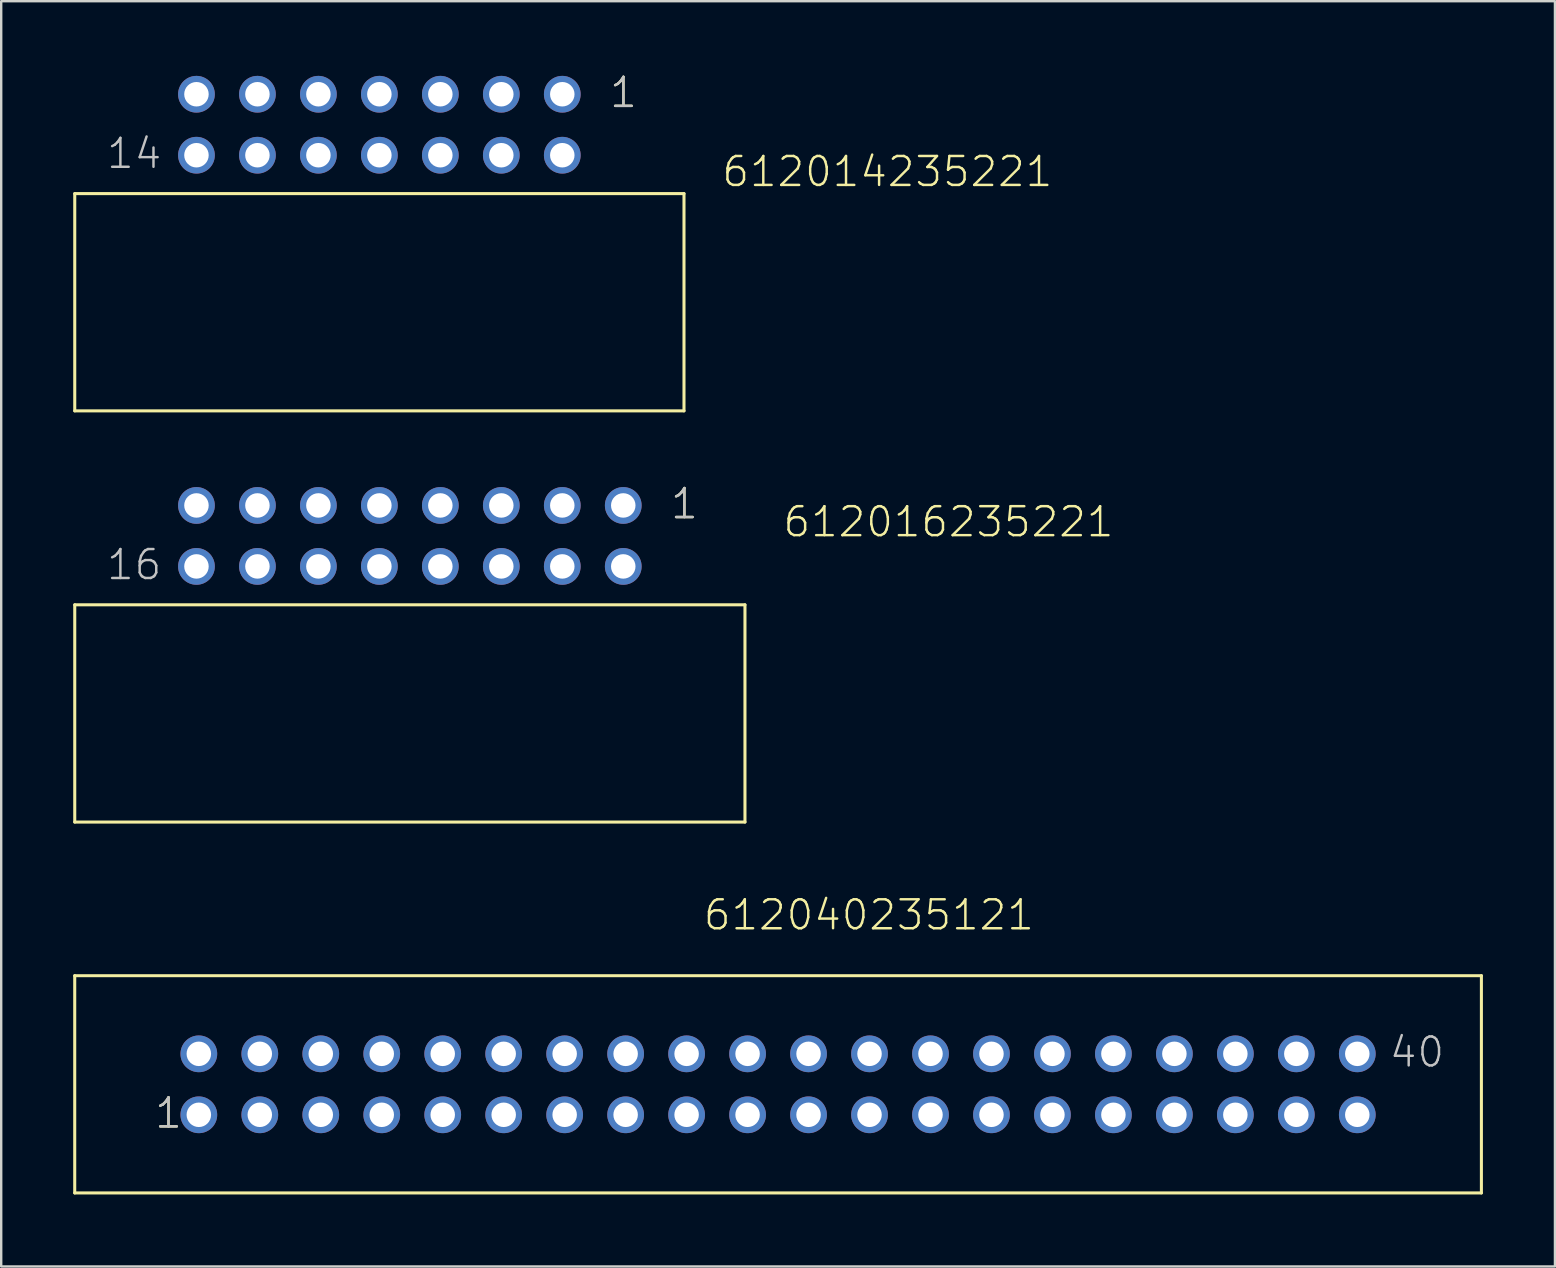
<source format=kicad_pcb>
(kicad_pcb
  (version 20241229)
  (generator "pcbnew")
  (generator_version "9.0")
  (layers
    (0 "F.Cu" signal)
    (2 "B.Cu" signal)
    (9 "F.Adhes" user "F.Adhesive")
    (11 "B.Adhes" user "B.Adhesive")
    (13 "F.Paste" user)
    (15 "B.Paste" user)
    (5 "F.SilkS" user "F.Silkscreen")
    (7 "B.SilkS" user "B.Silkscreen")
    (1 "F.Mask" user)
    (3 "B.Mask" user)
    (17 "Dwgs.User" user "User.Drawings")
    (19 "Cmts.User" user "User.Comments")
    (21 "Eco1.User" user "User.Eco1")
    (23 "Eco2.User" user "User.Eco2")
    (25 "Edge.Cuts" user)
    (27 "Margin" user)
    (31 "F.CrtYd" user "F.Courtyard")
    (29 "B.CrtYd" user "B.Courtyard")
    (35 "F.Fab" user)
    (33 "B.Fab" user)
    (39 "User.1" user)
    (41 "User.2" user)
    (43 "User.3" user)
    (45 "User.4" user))
  (footprint "612014235221"
    (layer "F.Cu")
    (at 12.754 2.146)
    (property "Reference" "612014235221" (at 14.204 2.66 0) (layer "F.SilkS") (effects (font (size 1.206 1.206) (thickness 0.102)) (justify left bottom)))
    (attr through_hole)
    (fp_line (start -12.69 2.87) (end 12.69 2.87) (stroke (width 0.127) (type solid)) (layer "F.SilkS"))
    (fp_line (start -12.69 11.92) (end -12.69 2.87) (stroke (width 0.127) (type solid)) (layer "F.SilkS"))
    (fp_line (start 12.69 2.87) (end 12.69 11.92) (stroke (width 0.127) (type solid)) (layer "F.SilkS"))
    (fp_line (start 12.69 11.92) (end -12.69 11.92) (stroke (width 0.127) (type solid)) (layer "F.SilkS"))
    (fp_text user "1" (at 9.525 -0.635 0) (layer "F.SilkS") (effects (font (size 1.206 1.206) (thickness 0.102)) (justify left bottom)))
    (fp_text user "14" (at -11.43 1.905 0) (layer "Dwgs.User") (effects (font (size 1.206 1.206) (thickness 0.102)) (justify left bottom)))
    (fp_text user "1" (at 9.525 -0.635 0) (layer "Dwgs.User") (effects (font (size 1.206 1.206) (thickness 0.102)) (justify left bottom)))
    (pad "1" thru_hole circle (at 7.62 -1.27 180) (size 1.53 1.53) (drill 1.02) (layers "*.Cu" "*.Mask"))
    (pad "2" thru_hole circle (at 7.62 1.27 180) (size 1.53 1.53) (drill 1.02) (layers "*.Cu" "*.Mask"))
    (pad "3" thru_hole circle (at 5.08 -1.27 180) (size 1.53 1.53) (drill 1.02) (layers "*.Cu" "*.Mask"))
    (pad "4" thru_hole circle (at 5.08 1.27 180) (size 1.53 1.53) (drill 1.02) (layers "*.Cu" "*.Mask"))
    (pad "5" thru_hole circle (at 2.54 -1.27 180) (size 1.53 1.53) (drill 1.02) (layers "*.Cu" "*.Mask"))
    (pad "6" thru_hole circle (at 2.54 1.27 180) (size 1.53 1.53) (drill 1.02) (layers "*.Cu" "*.Mask"))
    (pad "7" thru_hole circle (at 0 -1.27 180) (size 1.53 1.53) (drill 1.02) (layers "*.Cu" "*.Mask"))
    (pad "8" thru_hole circle (at 0 1.27 180) (size 1.53 1.53) (drill 1.02) (layers "*.Cu" "*.Mask"))
    (pad "9" thru_hole circle (at -2.54 -1.27 180) (size 1.53 1.53) (drill 1.02) (layers "*.Cu" "*.Mask"))
    (pad "10" thru_hole circle (at -2.54 1.27 180) (size 1.53 1.53) (drill 1.02) (layers "*.Cu" "*.Mask"))
    (pad "11" thru_hole circle (at -5.08 -1.27 180) (size 1.53 1.53) (drill 1.02) (layers "*.Cu" "*.Mask"))
    (pad "12" thru_hole circle (at -5.08 1.27 180) (size 1.53 1.53) (drill 1.02) (layers "*.Cu" "*.Mask"))
    (pad "13" thru_hole circle (at -7.62 -1.27 180) (size 1.53 1.53) (drill 1.02) (layers "*.Cu" "*.Mask"))
    (pad "14" thru_hole circle (at -7.62 1.27 180) (size 1.53 1.53) (drill 1.02) (layers "*.Cu" "*.Mask")))
  (footprint "612016235221"
    (layer "F.Cu")
    (at 14.024 19.276)
    (property "Reference" "612016235221" (at 15.48 0.12 0) (layer "F.SilkS") (effects (font (size 1.206 1.206) (thickness 0.102)) (justify left bottom)))
    (attr through_hole)
    (fp_line (start -13.96 2.87) (end 13.96 2.87) (stroke (width 0.127) (type solid)) (layer "F.SilkS"))
    (fp_line (start -13.96 11.92) (end -13.96 2.87) (stroke (width 0.127) (type solid)) (layer "F.SilkS"))
    (fp_line (start 13.96 2.87) (end 13.96 11.92) (stroke (width 0.127) (type solid)) (layer "F.SilkS"))
    (fp_line (start 13.96 11.92) (end -13.96 11.92) (stroke (width 0.127) (type solid)) (layer "F.SilkS"))
    (fp_text user "1" (at 10.795 -0.635 0) (layer "F.SilkS") (effects (font (size 1.206 1.206) (thickness 0.102)) (justify left bottom)))
    (fp_text user "16" (at -12.7 1.905 0) (layer "Dwgs.User") (effects (font (size 1.206 1.206) (thickness 0.102)) (justify left bottom)))
    (fp_text user "1" (at 10.795 -0.635 0) (layer "Dwgs.User") (effects (font (size 1.206 1.206) (thickness 0.102)) (justify left bottom)))
    (pad "1" thru_hole circle (at 8.89 -1.27 180) (size 1.53 1.53) (drill 1.02) (layers "*.Cu" "*.Mask"))
    (pad "2" thru_hole circle (at 8.89 1.27 180) (size 1.53 1.53) (drill 1.02) (layers "*.Cu" "*.Mask"))
    (pad "3" thru_hole circle (at 6.35 -1.27 180) (size 1.53 1.53) (drill 1.02) (layers "*.Cu" "*.Mask"))
    (pad "4" thru_hole circle (at 6.35 1.27 180) (size 1.53 1.53) (drill 1.02) (layers "*.Cu" "*.Mask"))
    (pad "5" thru_hole circle (at 3.81 -1.27 180) (size 1.53 1.53) (drill 1.02) (layers "*.Cu" "*.Mask"))
    (pad "6" thru_hole circle (at 3.81 1.27 180) (size 1.53 1.53) (drill 1.02) (layers "*.Cu" "*.Mask"))
    (pad "7" thru_hole circle (at 1.27 -1.27 180) (size 1.53 1.53) (drill 1.02) (layers "*.Cu" "*.Mask"))
    (pad "8" thru_hole circle (at 1.27 1.27 180) (size 1.53 1.53) (drill 1.02) (layers "*.Cu" "*.Mask"))
    (pad "9" thru_hole circle (at -1.27 -1.27 180) (size 1.53 1.53) (drill 1.02) (layers "*.Cu" "*.Mask"))
    (pad "10" thru_hole circle (at -1.27 1.27 180) (size 1.53 1.53) (drill 1.02) (layers "*.Cu" "*.Mask"))
    (pad "11" thru_hole circle (at -3.81 -1.27 180) (size 1.53 1.53) (drill 1.02) (layers "*.Cu" "*.Mask"))
    (pad "12" thru_hole circle (at -3.81 1.27 180) (size 1.53 1.53) (drill 1.02) (layers "*.Cu" "*.Mask"))
    (pad "13" thru_hole circle (at -6.35 -1.27 180) (size 1.53 1.53) (drill 1.02) (layers "*.Cu" "*.Mask"))
    (pad "14" thru_hole circle (at -6.35 1.27 180) (size 1.53 1.53) (drill 1.02) (layers "*.Cu" "*.Mask"))
    (pad "15" thru_hole circle (at -8.89 -1.27 180) (size 1.53 1.53) (drill 1.02) (layers "*.Cu" "*.Mask"))
    (pad "16" thru_hole circle (at -8.89 1.27 180) (size 1.53 1.53) (drill 1.02) (layers "*.Cu" "*.Mask")))
  (footprint "612040235121"
    (layer "F.Cu")
    (at 29.363 42.121)
    (property "Reference" "612040235121" (at -3.175 -6.35 0) (layer "F.SilkS") (effects (font (size 1.206 1.206) (thickness 0.102)) (justify left bottom)))
    (attr through_hole)
    (fp_line (start -29.3 -4.525) (end 29.3 -4.525) (stroke (width 0.127) (type solid)) (layer "F.SilkS"))
    (fp_line (start -29.3 4.525) (end -29.3 -4.525) (stroke (width 0.127) (type solid)) (layer "F.SilkS"))
    (fp_line (start 29.3 -4.525) (end 29.3 4.525) (stroke (width 0.127) (type solid)) (layer "F.SilkS"))
    (fp_line (start 29.3 4.525) (end -29.3 4.525) (stroke (width 0.127) (type solid)) (layer "F.SilkS"))
    (fp_text user "1" (at -26.035 1.905 0) (layer "F.SilkS") (effects (font (size 1.206 1.206) (thickness 0.102)) (justify left bottom)))
    (fp_text user "40" (at 25.4 -0.635 0) (layer "Dwgs.User") (effects (font (size 1.206 1.206) (thickness 0.102)) (justify left bottom)))
    (fp_text user "1" (at -26.035 1.905 0) (layer "Dwgs.User") (effects (font (size 1.206 1.206) (thickness 0.102)) (justify left bottom)))
    (pad "1" thru_hole circle (at -24.13 1.27) (size 1.53 1.53) (drill 1.02) (layers "*.Cu" "*.Mask"))
    (pad "2" thru_hole circle (at -24.13 -1.27) (size 1.53 1.53) (drill 1.02) (layers "*.Cu" "*.Mask"))
    (pad "3" thru_hole circle (at -21.59 1.27) (size 1.53 1.53) (drill 1.02) (layers "*.Cu" "*.Mask"))
    (pad "4" thru_hole circle (at -21.59 -1.27) (size 1.53 1.53) (drill 1.02) (layers "*.Cu" "*.Mask"))
    (pad "5" thru_hole circle (at -19.05 1.27) (size 1.53 1.53) (drill 1.02) (layers "*.Cu" "*.Mask"))
    (pad "6" thru_hole circle (at -19.05 -1.27) (size 1.53 1.53) (drill 1.02) (layers "*.Cu" "*.Mask"))
    (pad "7" thru_hole circle (at -16.51 1.27) (size 1.53 1.53) (drill 1.02) (layers "*.Cu" "*.Mask"))
    (pad "8" thru_hole circle (at -16.51 -1.27) (size 1.53 1.53) (drill 1.02) (layers "*.Cu" "*.Mask"))
    (pad "9" thru_hole circle (at -13.97 1.27) (size 1.53 1.53) (drill 1.02) (layers "*.Cu" "*.Mask"))
    (pad "10" thru_hole circle (at -13.97 -1.27) (size 1.53 1.53) (drill 1.02) (layers "*.Cu" "*.Mask"))
    (pad "11" thru_hole circle (at -11.43 1.27) (size 1.53 1.53) (drill 1.02) (layers "*.Cu" "*.Mask"))
    (pad "12" thru_hole circle (at -11.43 -1.27) (size 1.53 1.53) (drill 1.02) (layers "*.Cu" "*.Mask"))
    (pad "13" thru_hole circle (at -8.89 1.27) (size 1.53 1.53) (drill 1.02) (layers "*.Cu" "*.Mask"))
    (pad "14" thru_hole circle (at -8.89 -1.27) (size 1.53 1.53) (drill 1.02) (layers "*.Cu" "*.Mask"))
    (pad "15" thru_hole circle (at -6.35 1.27) (size 1.53 1.53) (drill 1.02) (layers "*.Cu" "*.Mask"))
    (pad "16" thru_hole circle (at -6.35 -1.27) (size 1.53 1.53) (drill 1.02) (layers "*.Cu" "*.Mask"))
    (pad "17" thru_hole circle (at -3.81 1.27) (size 1.53 1.53) (drill 1.02) (layers "*.Cu" "*.Mask"))
    (pad "18" thru_hole circle (at -3.81 -1.27) (size 1.53 1.53) (drill 1.02) (layers "*.Cu" "*.Mask"))
    (pad "19" thru_hole circle (at -1.27 1.27) (size 1.53 1.53) (drill 1.02) (layers "*.Cu" "*.Mask"))
    (pad "20" thru_hole circle (at -1.27 -1.27) (size 1.53 1.53) (drill 1.02) (layers "*.Cu" "*.Mask"))
    (pad "21" thru_hole circle (at 1.27 1.27) (size 1.53 1.53) (drill 1.02) (layers "*.Cu" "*.Mask"))
    (pad "22" thru_hole circle (at 1.27 -1.27) (size 1.53 1.53) (drill 1.02) (layers "*.Cu" "*.Mask"))
    (pad "23" thru_hole circle (at 3.81 1.27) (size 1.53 1.53) (drill 1.02) (layers "*.Cu" "*.Mask"))
    (pad "24" thru_hole circle (at 3.81 -1.27) (size 1.53 1.53) (drill 1.02) (layers "*.Cu" "*.Mask"))
    (pad "25" thru_hole circle (at 6.35 1.27) (size 1.53 1.53) (drill 1.02) (layers "*.Cu" "*.Mask"))
    (pad "26" thru_hole circle (at 6.35 -1.27) (size 1.53 1.53) (drill 1.02) (layers "*.Cu" "*.Mask"))
    (pad "27" thru_hole circle (at 8.89 1.27) (size 1.53 1.53) (drill 1.02) (layers "*.Cu" "*.Mask"))
    (pad "28" thru_hole circle (at 8.89 -1.27) (size 1.53 1.53) (drill 1.02) (layers "*.Cu" "*.Mask"))
    (pad "29" thru_hole circle (at 11.43 1.27) (size 1.53 1.53) (drill 1.02) (layers "*.Cu" "*.Mask"))
    (pad "30" thru_hole circle (at 11.43 -1.27) (size 1.53 1.53) (drill 1.02) (layers "*.Cu" "*.Mask"))
    (pad "31" thru_hole circle (at 13.97 1.27) (size 1.53 1.53) (drill 1.02) (layers "*.Cu" "*.Mask"))
    (pad "32" thru_hole circle (at 13.97 -1.27) (size 1.53 1.53) (drill 1.02) (layers "*.Cu" "*.Mask"))
    (pad "33" thru_hole circle (at 16.51 1.27) (size 1.53 1.53) (drill 1.02) (layers "*.Cu" "*.Mask"))
    (pad "34" thru_hole circle (at 16.51 -1.27) (size 1.53 1.53) (drill 1.02) (layers "*.Cu" "*.Mask"))
    (pad "35" thru_hole circle (at 19.05 1.27) (size 1.53 1.53) (drill 1.02) (layers "*.Cu" "*.Mask"))
    (pad "36" thru_hole circle (at 19.05 -1.27) (size 1.53 1.53) (drill 1.02) (layers "*.Cu" "*.Mask"))
    (pad "37" thru_hole circle (at 21.59 1.27) (size 1.53 1.53) (drill 1.02) (layers "*.Cu" "*.Mask"))
    (pad "38" thru_hole circle (at 21.59 -1.27) (size 1.53 1.53) (drill 1.02) (layers "*.Cu" "*.Mask"))
    (pad "39" thru_hole circle (at 24.13 1.27) (size 1.53 1.53) (drill 1.02) (layers "*.Cu" "*.Mask"))
    (pad "40" thru_hole circle (at 24.13 -1.27) (size 1.53 1.53) (drill 1.02) (layers "*.Cu" "*.Mask")))
  (gr_rect
    (start -3 -3)
    (end 61.727 49.709)
    (stroke (width 0.1) (type default))
    (fill no)
    (layer "Edge.Cuts")))
</source>
